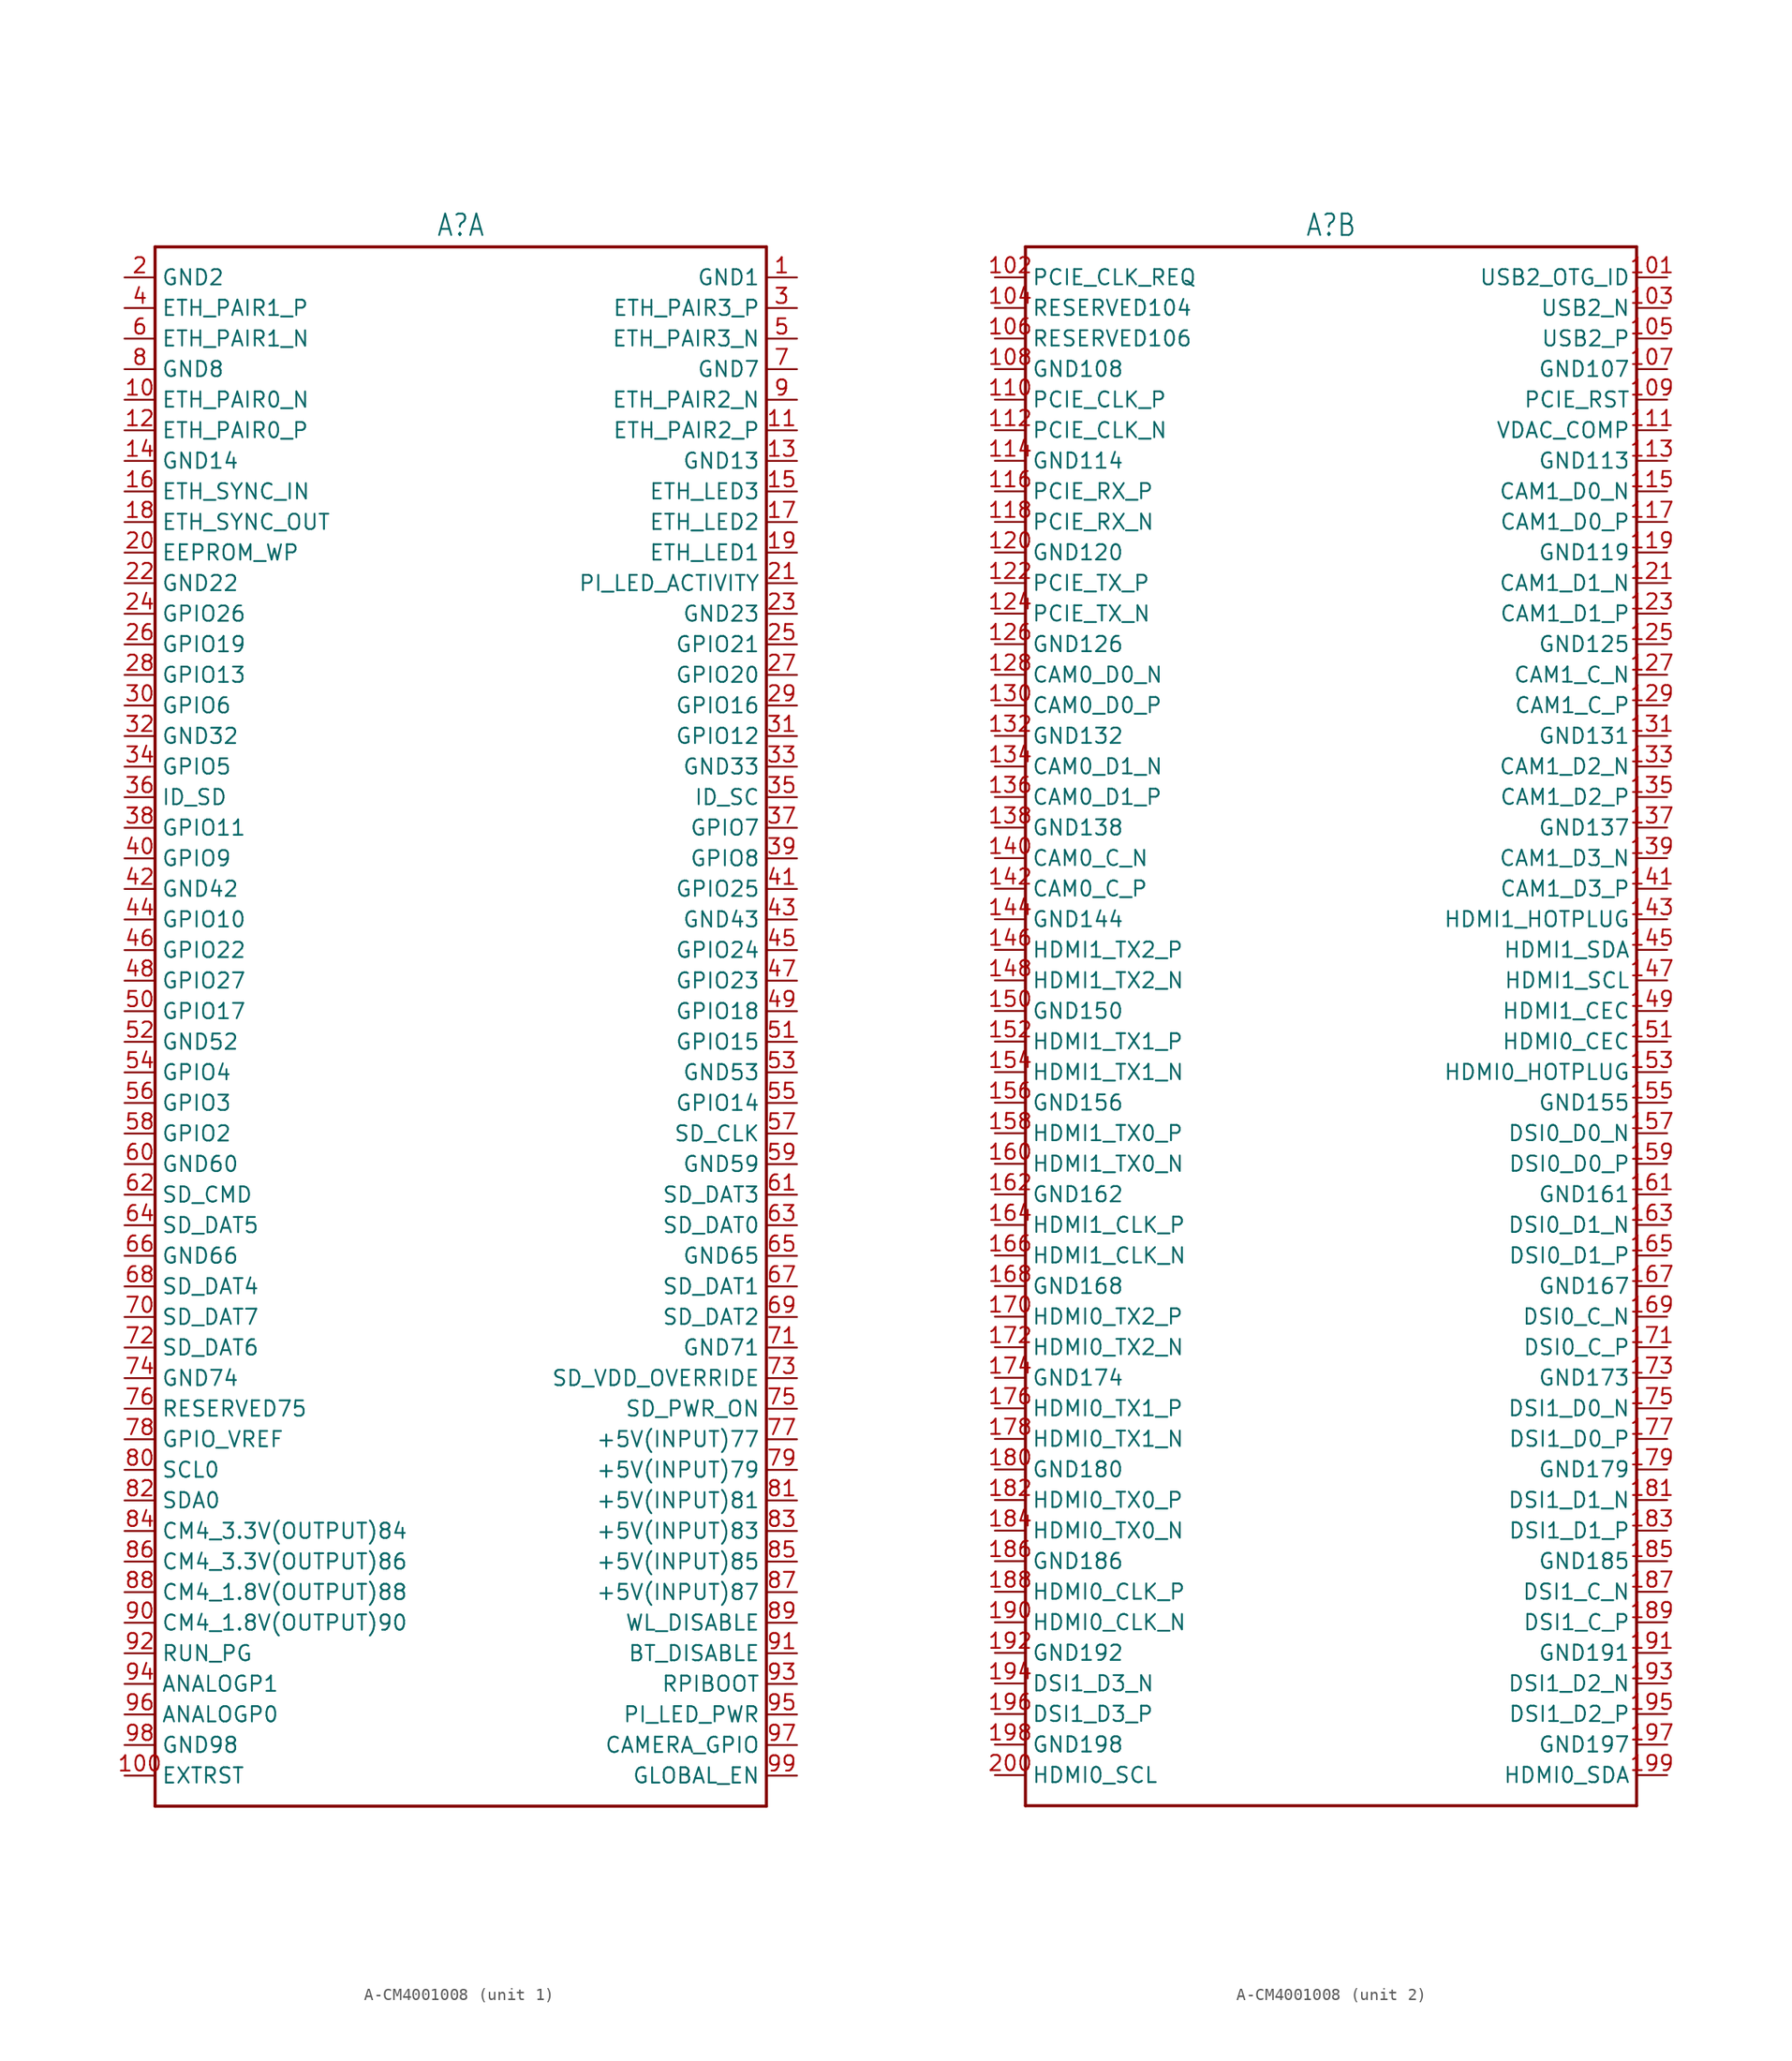
<source format=kicad_sym>
(kicad_symbol_lib
  (version 20231120)
  (generator "kicad_symbol_editor")
  (generator_version "8.0")
  (symbol "A-CM4001008"
    (property "Reference" "A"
      (at 0 66.802 0)
      (effects (font (size 1.778 1.511)) (justify bottom)))
    (property "Value" ""
      (at 0 -64.262 0)
      (effects (font (size 1.778 1.511)) (justify top)))
    (property "ki_locked" ""
      (at 0 0 0)
      (effects (font (size 1.27 1.27))))
    (symbol "A-CM4001008_1_0"
      (polyline (pts (xy -25.4 -63.5) (xy -25.4 66.04)) (stroke (width 0.254) (type solid)) (fill (type none)))
      (polyline (pts (xy -25.4 66.04) (xy 25.4 66.04)) (stroke (width 0.254) (type solid)) (fill (type none)))
      (polyline (pts (xy 25.4 -63.5) (xy -25.4 -63.5)) (stroke (width 0.254) (type solid)) (fill (type none)))
      (polyline (pts (xy 25.4 66.04) (xy 25.4 -63.5)) (stroke (width 0.254) (type solid)) (fill (type none)))
      (pin passive line (at 27.94 63.5 180) (length 2.54) (name "GND1" (effects (font (size 1.27 1.27)))) (number "1" (effects (font (size 1.27 1.27)))))
      (pin passive line (at -27.94 53.34 0) (length 2.54) (name "ETH_PAIR0_N" (effects (font (size 1.27 1.27)))) (number "10" (effects (font (size 1.27 1.27)))))
      (pin passive line (at -27.94 -60.96 0) (length 2.54) (name "EXTRST" (effects (font (size 1.27 1.27)))) (number "100" (effects (font (size 1.27 1.27)))))
      (pin passive line (at 27.94 50.8 180) (length 2.54) (name "ETH_PAIR2_P" (effects (font (size 1.27 1.27)))) (number "11" (effects (font (size 1.27 1.27)))))
      (pin passive line (at -27.94 50.8 0) (length 2.54) (name "ETH_PAIR0_P" (effects (font (size 1.27 1.27)))) (number "12" (effects (font (size 1.27 1.27)))))
      (pin passive line (at 27.94 48.26 180) (length 2.54) (name "GND13" (effects (font (size 1.27 1.27)))) (number "13" (effects (font (size 1.27 1.27)))))
      (pin passive line (at -27.94 48.26 0) (length 2.54) (name "GND14" (effects (font (size 1.27 1.27)))) (number "14" (effects (font (size 1.27 1.27)))))
      (pin passive line (at 27.94 45.72 180) (length 2.54) (name "ETH_LED3" (effects (font (size 1.27 1.27)))) (number "15" (effects (font (size 1.27 1.27)))))
      (pin passive line (at -27.94 45.72 0) (length 2.54) (name "ETH_SYNC_IN" (effects (font (size 1.27 1.27)))) (number "16" (effects (font (size 1.27 1.27)))))
      (pin passive line (at 27.94 43.18 180) (length 2.54) (name "ETH_LED2" (effects (font (size 1.27 1.27)))) (number "17" (effects (font (size 1.27 1.27)))))
      (pin passive line (at -27.94 43.18 0) (length 2.54) (name "ETH_SYNC_OUT" (effects (font (size 1.27 1.27)))) (number "18" (effects (font (size 1.27 1.27)))))
      (pin passive line (at 27.94 40.64 180) (length 2.54) (name "ETH_LED1" (effects (font (size 1.27 1.27)))) (number "19" (effects (font (size 1.27 1.27)))))
      (pin passive line (at -27.94 63.5 0) (length 2.54) (name "GND2" (effects (font (size 1.27 1.27)))) (number "2" (effects (font (size 1.27 1.27)))))
      (pin passive line (at -27.94 40.64 0) (length 2.54) (name "EEPROM_WP" (effects (font (size 1.27 1.27)))) (number "20" (effects (font (size 1.27 1.27)))))
      (pin passive line (at 27.94 38.1 180) (length 2.54) (name "PI_LED_ACTIVITY" (effects (font (size 1.27 1.27)))) (number "21" (effects (font (size 1.27 1.27)))))
      (pin passive line (at -27.94 38.1 0) (length 2.54) (name "GND22" (effects (font (size 1.27 1.27)))) (number "22" (effects (font (size 1.27 1.27)))))
      (pin passive line (at 27.94 35.56 180) (length 2.54) (name "GND23" (effects (font (size 1.27 1.27)))) (number "23" (effects (font (size 1.27 1.27)))))
      (pin passive line (at -27.94 35.56 0) (length 2.54) (name "GPIO26" (effects (font (size 1.27 1.27)))) (number "24" (effects (font (size 1.27 1.27)))))
      (pin passive line (at 27.94 33.02 180) (length 2.54) (name "GPIO21" (effects (font (size 1.27 1.27)))) (number "25" (effects (font (size 1.27 1.27)))))
      (pin passive line (at -27.94 33.02 0) (length 2.54) (name "GPIO19" (effects (font (size 1.27 1.27)))) (number "26" (effects (font (size 1.27 1.27)))))
      (pin passive line (at 27.94 30.48 180) (length 2.54) (name "GPIO20" (effects (font (size 1.27 1.27)))) (number "27" (effects (font (size 1.27 1.27)))))
      (pin passive line (at -27.94 30.48 0) (length 2.54) (name "GPIO13" (effects (font (size 1.27 1.27)))) (number "28" (effects (font (size 1.27 1.27)))))
      (pin passive line (at 27.94 27.94 180) (length 2.54) (name "GPIO16" (effects (font (size 1.27 1.27)))) (number "29" (effects (font (size 1.27 1.27)))))
      (pin passive line (at 27.94 60.96 180) (length 2.54) (name "ETH_PAIR3_P" (effects (font (size 1.27 1.27)))) (number "3" (effects (font (size 1.27 1.27)))))
      (pin passive line (at -27.94 27.94 0) (length 2.54) (name "GPIO6" (effects (font (size 1.27 1.27)))) (number "30" (effects (font (size 1.27 1.27)))))
      (pin passive line (at 27.94 25.4 180) (length 2.54) (name "GPIO12" (effects (font (size 1.27 1.27)))) (number "31" (effects (font (size 1.27 1.27)))))
      (pin passive line (at -27.94 25.4 0) (length 2.54) (name "GND32" (effects (font (size 1.27 1.27)))) (number "32" (effects (font (size 1.27 1.27)))))
      (pin passive line (at 27.94 22.86 180) (length 2.54) (name "GND33" (effects (font (size 1.27 1.27)))) (number "33" (effects (font (size 1.27 1.27)))))
      (pin passive line (at -27.94 22.86 0) (length 2.54) (name "GPIO5" (effects (font (size 1.27 1.27)))) (number "34" (effects (font (size 1.27 1.27)))))
      (pin passive line (at 27.94 20.32 180) (length 2.54) (name "ID_SC" (effects (font (size 1.27 1.27)))) (number "35" (effects (font (size 1.27 1.27)))))
      (pin passive line (at -27.94 20.32 0) (length 2.54) (name "ID_SD" (effects (font (size 1.27 1.27)))) (number "36" (effects (font (size 1.27 1.27)))))
      (pin passive line (at 27.94 17.78 180) (length 2.54) (name "GPIO7" (effects (font (size 1.27 1.27)))) (number "37" (effects (font (size 1.27 1.27)))))
      (pin passive line (at -27.94 17.78 0) (length 2.54) (name "GPIO11" (effects (font (size 1.27 1.27)))) (number "38" (effects (font (size 1.27 1.27)))))
      (pin passive line (at 27.94 15.24 180) (length 2.54) (name "GPIO8" (effects (font (size 1.27 1.27)))) (number "39" (effects (font (size 1.27 1.27)))))
      (pin passive line (at -27.94 60.96 0) (length 2.54) (name "ETH_PAIR1_P" (effects (font (size 1.27 1.27)))) (number "4" (effects (font (size 1.27 1.27)))))
      (pin passive line (at -27.94 15.24 0) (length 2.54) (name "GPIO9" (effects (font (size 1.27 1.27)))) (number "40" (effects (font (size 1.27 1.27)))))
      (pin passive line (at 27.94 12.7 180) (length 2.54) (name "GPIO25" (effects (font (size 1.27 1.27)))) (number "41" (effects (font (size 1.27 1.27)))))
      (pin passive line (at -27.94 12.7 0) (length 2.54) (name "GND42" (effects (font (size 1.27 1.27)))) (number "42" (effects (font (size 1.27 1.27)))))
      (pin passive line (at 27.94 10.16 180) (length 2.54) (name "GND43" (effects (font (size 1.27 1.27)))) (number "43" (effects (font (size 1.27 1.27)))))
      (pin passive line (at -27.94 10.16 0) (length 2.54) (name "GPIO10" (effects (font (size 1.27 1.27)))) (number "44" (effects (font (size 1.27 1.27)))))
      (pin passive line (at 27.94 7.62 180) (length 2.54) (name "GPIO24" (effects (font (size 1.27 1.27)))) (number "45" (effects (font (size 1.27 1.27)))))
      (pin passive line (at -27.94 7.62 0) (length 2.54) (name "GPIO22" (effects (font (size 1.27 1.27)))) (number "46" (effects (font (size 1.27 1.27)))))
      (pin passive line (at 27.94 5.08 180) (length 2.54) (name "GPIO23" (effects (font (size 1.27 1.27)))) (number "47" (effects (font (size 1.27 1.27)))))
      (pin passive line (at -27.94 5.08 0) (length 2.54) (name "GPIO27" (effects (font (size 1.27 1.27)))) (number "48" (effects (font (size 1.27 1.27)))))
      (pin passive line (at 27.94 2.54 180) (length 2.54) (name "GPIO18" (effects (font (size 1.27 1.27)))) (number "49" (effects (font (size 1.27 1.27)))))
      (pin passive line (at 27.94 58.42 180) (length 2.54) (name "ETH_PAIR3_N" (effects (font (size 1.27 1.27)))) (number "5" (effects (font (size 1.27 1.27)))))
      (pin passive line (at -27.94 2.54 0) (length 2.54) (name "GPIO17" (effects (font (size 1.27 1.27)))) (number "50" (effects (font (size 1.27 1.27)))))
      (pin passive line (at 27.94 0 180) (length 2.54) (name "GPIO15" (effects (font (size 1.27 1.27)))) (number "51" (effects (font (size 1.27 1.27)))))
      (pin passive line (at -27.94 0 0) (length 2.54) (name "GND52" (effects (font (size 1.27 1.27)))) (number "52" (effects (font (size 1.27 1.27)))))
      (pin passive line (at 27.94 -2.54 180) (length 2.54) (name "GND53" (effects (font (size 1.27 1.27)))) (number "53" (effects (font (size 1.27 1.27)))))
      (pin passive line (at -27.94 -2.54 0) (length 2.54) (name "GPIO4" (effects (font (size 1.27 1.27)))) (number "54" (effects (font (size 1.27 1.27)))))
      (pin passive line (at 27.94 -5.08 180) (length 2.54) (name "GPIO14" (effects (font (size 1.27 1.27)))) (number "55" (effects (font (size 1.27 1.27)))))
      (pin passive line (at -27.94 -5.08 0) (length 2.54) (name "GPIO3" (effects (font (size 1.27 1.27)))) (number "56" (effects (font (size 1.27 1.27)))))
      (pin passive line (at 27.94 -7.62 180) (length 2.54) (name "SD_CLK" (effects (font (size 1.27 1.27)))) (number "57" (effects (font (size 1.27 1.27)))))
      (pin passive line (at -27.94 -7.62 0) (length 2.54) (name "GPIO2" (effects (font (size 1.27 1.27)))) (number "58" (effects (font (size 1.27 1.27)))))
      (pin passive line (at 27.94 -10.16 180) (length 2.54) (name "GND59" (effects (font (size 1.27 1.27)))) (number "59" (effects (font (size 1.27 1.27)))))
      (pin passive line (at -27.94 58.42 0) (length 2.54) (name "ETH_PAIR1_N" (effects (font (size 1.27 1.27)))) (number "6" (effects (font (size 1.27 1.27)))))
      (pin passive line (at -27.94 -10.16 0) (length 2.54) (name "GND60" (effects (font (size 1.27 1.27)))) (number "60" (effects (font (size 1.27 1.27)))))
      (pin passive line (at 27.94 -12.7 180) (length 2.54) (name "SD_DAT3" (effects (font (size 1.27 1.27)))) (number "61" (effects (font (size 1.27 1.27)))))
      (pin passive line (at -27.94 -12.7 0) (length 2.54) (name "SD_CMD" (effects (font (size 1.27 1.27)))) (number "62" (effects (font (size 1.27 1.27)))))
      (pin passive line (at 27.94 -15.24 180) (length 2.54) (name "SD_DAT0" (effects (font (size 1.27 1.27)))) (number "63" (effects (font (size 1.27 1.27)))))
      (pin passive line (at -27.94 -15.24 0) (length 2.54) (name "SD_DAT5" (effects (font (size 1.27 1.27)))) (number "64" (effects (font (size 1.27 1.27)))))
      (pin passive line (at 27.94 -17.78 180) (length 2.54) (name "GND65" (effects (font (size 1.27 1.27)))) (number "65" (effects (font (size 1.27 1.27)))))
      (pin passive line (at -27.94 -17.78 0) (length 2.54) (name "GND66" (effects (font (size 1.27 1.27)))) (number "66" (effects (font (size 1.27 1.27)))))
      (pin passive line (at 27.94 -20.32 180) (length 2.54) (name "SD_DAT1" (effects (font (size 1.27 1.27)))) (number "67" (effects (font (size 1.27 1.27)))))
      (pin passive line (at -27.94 -20.32 0) (length 2.54) (name "SD_DAT4" (effects (font (size 1.27 1.27)))) (number "68" (effects (font (size 1.27 1.27)))))
      (pin passive line (at 27.94 -22.86 180) (length 2.54) (name "SD_DAT2" (effects (font (size 1.27 1.27)))) (number "69" (effects (font (size 1.27 1.27)))))
      (pin passive line (at 27.94 55.88 180) (length 2.54) (name "GND7" (effects (font (size 1.27 1.27)))) (number "7" (effects (font (size 1.27 1.27)))))
      (pin passive line (at -27.94 -22.86 0) (length 2.54) (name "SD_DAT7" (effects (font (size 1.27 1.27)))) (number "70" (effects (font (size 1.27 1.27)))))
      (pin passive line (at 27.94 -25.4 180) (length 2.54) (name "GND71" (effects (font (size 1.27 1.27)))) (number "71" (effects (font (size 1.27 1.27)))))
      (pin passive line (at -27.94 -25.4 0) (length 2.54) (name "SD_DAT6" (effects (font (size 1.27 1.27)))) (number "72" (effects (font (size 1.27 1.27)))))
      (pin passive line (at 27.94 -27.94 180) (length 2.54) (name "SD_VDD_OVERRIDE" (effects (font (size 1.27 1.27)))) (number "73" (effects (font (size 1.27 1.27)))))
      (pin passive line (at -27.94 -27.94 0) (length 2.54) (name "GND74" (effects (font (size 1.27 1.27)))) (number "74" (effects (font (size 1.27 1.27)))))
      (pin passive line (at 27.94 -30.48 180) (length 2.54) (name "SD_PWR_ON" (effects (font (size 1.27 1.27)))) (number "75" (effects (font (size 1.27 1.27)))))
      (pin passive line (at -27.94 -30.48 0) (length 2.54) (name "RESERVED75" (effects (font (size 1.27 1.27)))) (number "76" (effects (font (size 1.27 1.27)))))
      (pin passive line (at 27.94 -33.02 180) (length 2.54) (name "+5V(INPUT)77" (effects (font (size 1.27 1.27)))) (number "77" (effects (font (size 1.27 1.27)))))
      (pin passive line (at -27.94 -33.02 0) (length 2.54) (name "GPIO_VREF" (effects (font (size 1.27 1.27)))) (number "78" (effects (font (size 1.27 1.27)))))
      (pin passive line (at 27.94 -35.56 180) (length 2.54) (name "+5V(INPUT)79" (effects (font (size 1.27 1.27)))) (number "79" (effects (font (size 1.27 1.27)))))
      (pin passive line (at -27.94 55.88 0) (length 2.54) (name "GND8" (effects (font (size 1.27 1.27)))) (number "8" (effects (font (size 1.27 1.27)))))
      (pin passive line (at -27.94 -35.56 0) (length 2.54) (name "SCL0" (effects (font (size 1.27 1.27)))) (number "80" (effects (font (size 1.27 1.27)))))
      (pin passive line (at 27.94 -38.1 180) (length 2.54) (name "+5V(INPUT)81" (effects (font (size 1.27 1.27)))) (number "81" (effects (font (size 1.27 1.27)))))
      (pin passive line (at -27.94 -38.1 0) (length 2.54) (name "SDA0" (effects (font (size 1.27 1.27)))) (number "82" (effects (font (size 1.27 1.27)))))
      (pin passive line (at 27.94 -40.64 180) (length 2.54) (name "+5V(INPUT)83" (effects (font (size 1.27 1.27)))) (number "83" (effects (font (size 1.27 1.27)))))
      (pin passive line (at -27.94 -40.64 0) (length 2.54) (name "CM4_3.3V(OUTPUT)84" (effects (font (size 1.27 1.27)))) (number "84" (effects (font (size 1.27 1.27)))))
      (pin passive line (at 27.94 -43.18 180) (length 2.54) (name "+5V(INPUT)85" (effects (font (size 1.27 1.27)))) (number "85" (effects (font (size 1.27 1.27)))))
      (pin passive line (at -27.94 -43.18 0) (length 2.54) (name "CM4_3.3V(OUTPUT)86" (effects (font (size 1.27 1.27)))) (number "86" (effects (font (size 1.27 1.27)))))
      (pin passive line (at 27.94 -45.72 180) (length 2.54) (name "+5V(INPUT)87" (effects (font (size 1.27 1.27)))) (number "87" (effects (font (size 1.27 1.27)))))
      (pin passive line (at -27.94 -45.72 0) (length 2.54) (name "CM4_1.8V(OUTPUT)88" (effects (font (size 1.27 1.27)))) (number "88" (effects (font (size 1.27 1.27)))))
      (pin passive line (at 27.94 -48.26 180) (length 2.54) (name "WL_DISABLE" (effects (font (size 1.27 1.27)))) (number "89" (effects (font (size 1.27 1.27)))))
      (pin passive line (at 27.94 53.34 180) (length 2.54) (name "ETH_PAIR2_N" (effects (font (size 1.27 1.27)))) (number "9" (effects (font (size 1.27 1.27)))))
      (pin passive line (at -27.94 -48.26 0) (length 2.54) (name "CM4_1.8V(OUTPUT)90" (effects (font (size 1.27 1.27)))) (number "90" (effects (font (size 1.27 1.27)))))
      (pin passive line (at 27.94 -50.8 180) (length 2.54) (name "BT_DISABLE" (effects (font (size 1.27 1.27)))) (number "91" (effects (font (size 1.27 1.27)))))
      (pin passive line (at -27.94 -50.8 0) (length 2.54) (name "RUN_PG" (effects (font (size 1.27 1.27)))) (number "92" (effects (font (size 1.27 1.27)))))
      (pin passive line (at 27.94 -53.34 180) (length 2.54) (name "RPIBOOT" (effects (font (size 1.27 1.27)))) (number "93" (effects (font (size 1.27 1.27)))))
      (pin passive line (at -27.94 -53.34 0) (length 2.54) (name "ANALOGP1" (effects (font (size 1.27 1.27)))) (number "94" (effects (font (size 1.27 1.27)))))
      (pin passive line (at 27.94 -55.88 180) (length 2.54) (name "PI_LED_PWR" (effects (font (size 1.27 1.27)))) (number "95" (effects (font (size 1.27 1.27)))))
      (pin passive line (at -27.94 -55.88 0) (length 2.54) (name "ANALOGP0" (effects (font (size 1.27 1.27)))) (number "96" (effects (font (size 1.27 1.27)))))
      (pin passive line (at 27.94 -58.42 180) (length 2.54) (name "CAMERA_GPIO" (effects (font (size 1.27 1.27)))) (number "97" (effects (font (size 1.27 1.27)))))
      (pin passive line (at -27.94 -58.42 0) (length 2.54) (name "GND98" (effects (font (size 1.27 1.27)))) (number "98" (effects (font (size 1.27 1.27)))))
      (pin passive line (at 27.94 -60.96 180) (length 2.54) (name "GLOBAL_EN" (effects (font (size 1.27 1.27)))) (number "99" (effects (font (size 1.27 1.27))))))
    (symbol "A-CM4001008_2_0"
      (polyline (pts (xy -25.4 -63.5) (xy -25.4 66.04)) (stroke (width 0.254) (type solid)) (fill (type none)))
      (polyline (pts (xy -25.4 66.04) (xy 25.4 66.04)) (stroke (width 0.254) (type solid)) (fill (type none)))
      (polyline (pts (xy 25.4 -63.5) (xy -25.4 -63.5)) (stroke (width 0.254) (type solid)) (fill (type none)))
      (polyline (pts (xy 25.4 66.04) (xy 25.4 -63.5)) (stroke (width 0.254) (type solid)) (fill (type none)))
      (pin passive line (at 27.94 63.5 180) (length 2.54) (name "USB2_OTG_ID" (effects (font (size 1.27 1.27)))) (number "101" (effects (font (size 1.27 1.27)))))
      (pin passive line (at -27.94 63.5 0) (length 2.54) (name "PCIE_CLK_REQ" (effects (font (size 1.27 1.27)))) (number "102" (effects (font (size 1.27 1.27)))))
      (pin passive line (at 27.94 60.96 180) (length 2.54) (name "USB2_N" (effects (font (size 1.27 1.27)))) (number "103" (effects (font (size 1.27 1.27)))))
      (pin passive line (at -27.94 60.96 0) (length 2.54) (name "RESERVED104" (effects (font (size 1.27 1.27)))) (number "104" (effects (font (size 1.27 1.27)))))
      (pin passive line (at 27.94 58.42 180) (length 2.54) (name "USB2_P" (effects (font (size 1.27 1.27)))) (number "105" (effects (font (size 1.27 1.27)))))
      (pin passive line (at -27.94 58.42 0) (length 2.54) (name "RESERVED106" (effects (font (size 1.27 1.27)))) (number "106" (effects (font (size 1.27 1.27)))))
      (pin passive line (at 27.94 55.88 180) (length 2.54) (name "GND107" (effects (font (size 1.27 1.27)))) (number "107" (effects (font (size 1.27 1.27)))))
      (pin passive line (at -27.94 55.88 0) (length 2.54) (name "GND108" (effects (font (size 1.27 1.27)))) (number "108" (effects (font (size 1.27 1.27)))))
      (pin passive line (at 27.94 53.34 180) (length 2.54) (name "PCIE_RST" (effects (font (size 1.27 1.27)))) (number "109" (effects (font (size 1.27 1.27)))))
      (pin passive line (at -27.94 53.34 0) (length 2.54) (name "PCIE_CLK_P" (effects (font (size 1.27 1.27)))) (number "110" (effects (font (size 1.27 1.27)))))
      (pin passive line (at 27.94 50.8 180) (length 2.54) (name "VDAC_COMP" (effects (font (size 1.27 1.27)))) (number "111" (effects (font (size 1.27 1.27)))))
      (pin passive line (at -27.94 50.8 0) (length 2.54) (name "PCIE_CLK_N" (effects (font (size 1.27 1.27)))) (number "112" (effects (font (size 1.27 1.27)))))
      (pin passive line (at 27.94 48.26 180) (length 2.54) (name "GND113" (effects (font (size 1.27 1.27)))) (number "113" (effects (font (size 1.27 1.27)))))
      (pin passive line (at -27.94 48.26 0) (length 2.54) (name "GND114" (effects (font (size 1.27 1.27)))) (number "114" (effects (font (size 1.27 1.27)))))
      (pin passive line (at 27.94 45.72 180) (length 2.54) (name "CAM1_D0_N" (effects (font (size 1.27 1.27)))) (number "115" (effects (font (size 1.27 1.27)))))
      (pin passive line (at -27.94 45.72 0) (length 2.54) (name "PCIE_RX_P" (effects (font (size 1.27 1.27)))) (number "116" (effects (font (size 1.27 1.27)))))
      (pin passive line (at 27.94 43.18 180) (length 2.54) (name "CAM1_D0_P" (effects (font (size 1.27 1.27)))) (number "117" (effects (font (size 1.27 1.27)))))
      (pin passive line (at -27.94 43.18 0) (length 2.54) (name "PCIE_RX_N" (effects (font (size 1.27 1.27)))) (number "118" (effects (font (size 1.27 1.27)))))
      (pin passive line (at 27.94 40.64 180) (length 2.54) (name "GND119" (effects (font (size 1.27 1.27)))) (number "119" (effects (font (size 1.27 1.27)))))
      (pin passive line (at -27.94 40.64 0) (length 2.54) (name "GND120" (effects (font (size 1.27 1.27)))) (number "120" (effects (font (size 1.27 1.27)))))
      (pin passive line (at 27.94 38.1 180) (length 2.54) (name "CAM1_D1_N" (effects (font (size 1.27 1.27)))) (number "121" (effects (font (size 1.27 1.27)))))
      (pin passive line (at -27.94 38.1 0) (length 2.54) (name "PCIE_TX_P" (effects (font (size 1.27 1.27)))) (number "122" (effects (font (size 1.27 1.27)))))
      (pin passive line (at 27.94 35.56 180) (length 2.54) (name "CAM1_D1_P" (effects (font (size 1.27 1.27)))) (number "123" (effects (font (size 1.27 1.27)))))
      (pin passive line (at -27.94 35.56 0) (length 2.54) (name "PCIE_TX_N" (effects (font (size 1.27 1.27)))) (number "124" (effects (font (size 1.27 1.27)))))
      (pin passive line (at 27.94 33.02 180) (length 2.54) (name "GND125" (effects (font (size 1.27 1.27)))) (number "125" (effects (font (size 1.27 1.27)))))
      (pin passive line (at -27.94 33.02 0) (length 2.54) (name "GND126" (effects (font (size 1.27 1.27)))) (number "126" (effects (font (size 1.27 1.27)))))
      (pin passive line (at 27.94 30.48 180) (length 2.54) (name "CAM1_C_N" (effects (font (size 1.27 1.27)))) (number "127" (effects (font (size 1.27 1.27)))))
      (pin passive line (at -27.94 30.48 0) (length 2.54) (name "CAM0_D0_N" (effects (font (size 1.27 1.27)))) (number "128" (effects (font (size 1.27 1.27)))))
      (pin passive line (at 27.94 27.94 180) (length 2.54) (name "CAM1_C_P" (effects (font (size 1.27 1.27)))) (number "129" (effects (font (size 1.27 1.27)))))
      (pin passive line (at -27.94 27.94 0) (length 2.54) (name "CAM0_D0_P" (effects (font (size 1.27 1.27)))) (number "130" (effects (font (size 1.27 1.27)))))
      (pin passive line (at 27.94 25.4 180) (length 2.54) (name "GND131" (effects (font (size 1.27 1.27)))) (number "131" (effects (font (size 1.27 1.27)))))
      (pin passive line (at -27.94 25.4 0) (length 2.54) (name "GND132" (effects (font (size 1.27 1.27)))) (number "132" (effects (font (size 1.27 1.27)))))
      (pin passive line (at 27.94 22.86 180) (length 2.54) (name "CAM1_D2_N" (effects (font (size 1.27 1.27)))) (number "133" (effects (font (size 1.27 1.27)))))
      (pin passive line (at -27.94 22.86 0) (length 2.54) (name "CAM0_D1_N" (effects (font (size 1.27 1.27)))) (number "134" (effects (font (size 1.27 1.27)))))
      (pin passive line (at 27.94 20.32 180) (length 2.54) (name "CAM1_D2_P" (effects (font (size 1.27 1.27)))) (number "135" (effects (font (size 1.27 1.27)))))
      (pin passive line (at -27.94 20.32 0) (length 2.54) (name "CAM0_D1_P" (effects (font (size 1.27 1.27)))) (number "136" (effects (font (size 1.27 1.27)))))
      (pin passive line (at 27.94 17.78 180) (length 2.54) (name "GND137" (effects (font (size 1.27 1.27)))) (number "137" (effects (font (size 1.27 1.27)))))
      (pin passive line (at -27.94 17.78 0) (length 2.54) (name "GND138" (effects (font (size 1.27 1.27)))) (number "138" (effects (font (size 1.27 1.27)))))
      (pin passive line (at 27.94 15.24 180) (length 2.54) (name "CAM1_D3_N" (effects (font (size 1.27 1.27)))) (number "139" (effects (font (size 1.27 1.27)))))
      (pin passive line (at -27.94 15.24 0) (length 2.54) (name "CAM0_C_N" (effects (font (size 1.27 1.27)))) (number "140" (effects (font (size 1.27 1.27)))))
      (pin passive line (at 27.94 12.7 180) (length 2.54) (name "CAM1_D3_P" (effects (font (size 1.27 1.27)))) (number "141" (effects (font (size 1.27 1.27)))))
      (pin passive line (at -27.94 12.7 0) (length 2.54) (name "CAM0_C_P" (effects (font (size 1.27 1.27)))) (number "142" (effects (font (size 1.27 1.27)))))
      (pin passive line (at 27.94 10.16 180) (length 2.54) (name "HDMI1_HOTPLUG" (effects (font (size 1.27 1.27)))) (number "143" (effects (font (size 1.27 1.27)))))
      (pin passive line (at -27.94 10.16 0) (length 2.54) (name "GND144" (effects (font (size 1.27 1.27)))) (number "144" (effects (font (size 1.27 1.27)))))
      (pin passive line (at 27.94 7.62 180) (length 2.54) (name "HDMI1_SDA" (effects (font (size 1.27 1.27)))) (number "145" (effects (font (size 1.27 1.27)))))
      (pin passive line (at -27.94 7.62 0) (length 2.54) (name "HDMI1_TX2_P" (effects (font (size 1.27 1.27)))) (number "146" (effects (font (size 1.27 1.27)))))
      (pin passive line (at 27.94 5.08 180) (length 2.54) (name "HDMI1_SCL" (effects (font (size 1.27 1.27)))) (number "147" (effects (font (size 1.27 1.27)))))
      (pin passive line (at -27.94 5.08 0) (length 2.54) (name "HDMI1_TX2_N" (effects (font (size 1.27 1.27)))) (number "148" (effects (font (size 1.27 1.27)))))
      (pin passive line (at 27.94 2.54 180) (length 2.54) (name "HDMI1_CEC" (effects (font (size 1.27 1.27)))) (number "149" (effects (font (size 1.27 1.27)))))
      (pin passive line (at -27.94 2.54 0) (length 2.54) (name "GND150" (effects (font (size 1.27 1.27)))) (number "150" (effects (font (size 1.27 1.27)))))
      (pin passive line (at 27.94 0 180) (length 2.54) (name "HDMI0_CEC" (effects (font (size 1.27 1.27)))) (number "151" (effects (font (size 1.27 1.27)))))
      (pin passive line (at -27.94 0 0) (length 2.54) (name "HDMI1_TX1_P" (effects (font (size 1.27 1.27)))) (number "152" (effects (font (size 1.27 1.27)))))
      (pin passive line (at 27.94 -2.54 180) (length 2.54) (name "HDMI0_HOTPLUG" (effects (font (size 1.27 1.27)))) (number "153" (effects (font (size 1.27 1.27)))))
      (pin passive line (at -27.94 -2.54 0) (length 2.54) (name "HDMI1_TX1_N" (effects (font (size 1.27 1.27)))) (number "154" (effects (font (size 1.27 1.27)))))
      (pin passive line (at 27.94 -5.08 180) (length 2.54) (name "GND155" (effects (font (size 1.27 1.27)))) (number "155" (effects (font (size 1.27 1.27)))))
      (pin passive line (at -27.94 -5.08 0) (length 2.54) (name "GND156" (effects (font (size 1.27 1.27)))) (number "156" (effects (font (size 1.27 1.27)))))
      (pin passive line (at 27.94 -7.62 180) (length 2.54) (name "DSI0_D0_N" (effects (font (size 1.27 1.27)))) (number "157" (effects (font (size 1.27 1.27)))))
      (pin passive line (at -27.94 -7.62 0) (length 2.54) (name "HDMI1_TX0_P" (effects (font (size 1.27 1.27)))) (number "158" (effects (font (size 1.27 1.27)))))
      (pin passive line (at 27.94 -10.16 180) (length 2.54) (name "DSI0_D0_P" (effects (font (size 1.27 1.27)))) (number "159" (effects (font (size 1.27 1.27)))))
      (pin passive line (at -27.94 -10.16 0) (length 2.54) (name "HDMI1_TX0_N" (effects (font (size 1.27 1.27)))) (number "160" (effects (font (size 1.27 1.27)))))
      (pin passive line (at 27.94 -12.7 180) (length 2.54) (name "GND161" (effects (font (size 1.27 1.27)))) (number "161" (effects (font (size 1.27 1.27)))))
      (pin passive line (at -27.94 -12.7 0) (length 2.54) (name "GND162" (effects (font (size 1.27 1.27)))) (number "162" (effects (font (size 1.27 1.27)))))
      (pin passive line (at 27.94 -15.24 180) (length 2.54) (name "DSI0_D1_N" (effects (font (size 1.27 1.27)))) (number "163" (effects (font (size 1.27 1.27)))))
      (pin passive line (at -27.94 -15.24 0) (length 2.54) (name "HDMI1_CLK_P" (effects (font (size 1.27 1.27)))) (number "164" (effects (font (size 1.27 1.27)))))
      (pin passive line (at 27.94 -17.78 180) (length 2.54) (name "DSI0_D1_P" (effects (font (size 1.27 1.27)))) (number "165" (effects (font (size 1.27 1.27)))))
      (pin passive line (at -27.94 -17.78 0) (length 2.54) (name "HDMI1_CLK_N" (effects (font (size 1.27 1.27)))) (number "166" (effects (font (size 1.27 1.27)))))
      (pin passive line (at 27.94 -20.32 180) (length 2.54) (name "GND167" (effects (font (size 1.27 1.27)))) (number "167" (effects (font (size 1.27 1.27)))))
      (pin passive line (at -27.94 -20.32 0) (length 2.54) (name "GND168" (effects (font (size 1.27 1.27)))) (number "168" (effects (font (size 1.27 1.27)))))
      (pin passive line (at 27.94 -22.86 180) (length 2.54) (name "DSI0_C_N" (effects (font (size 1.27 1.27)))) (number "169" (effects (font (size 1.27 1.27)))))
      (pin passive line (at -27.94 -22.86 0) (length 2.54) (name "HDMI0_TX2_P" (effects (font (size 1.27 1.27)))) (number "170" (effects (font (size 1.27 1.27)))))
      (pin passive line (at 27.94 -25.4 180) (length 2.54) (name "DSI0_C_P" (effects (font (size 1.27 1.27)))) (number "171" (effects (font (size 1.27 1.27)))))
      (pin passive line (at -27.94 -25.4 0) (length 2.54) (name "HDMI0_TX2_N" (effects (font (size 1.27 1.27)))) (number "172" (effects (font (size 1.27 1.27)))))
      (pin passive line (at 27.94 -27.94 180) (length 2.54) (name "GND173" (effects (font (size 1.27 1.27)))) (number "173" (effects (font (size 1.27 1.27)))))
      (pin passive line (at -27.94 -27.94 0) (length 2.54) (name "GND174" (effects (font (size 1.27 1.27)))) (number "174" (effects (font (size 1.27 1.27)))))
      (pin passive line (at 27.94 -30.48 180) (length 2.54) (name "DSI1_D0_N" (effects (font (size 1.27 1.27)))) (number "175" (effects (font (size 1.27 1.27)))))
      (pin passive line (at -27.94 -30.48 0) (length 2.54) (name "HDMI0_TX1_P" (effects (font (size 1.27 1.27)))) (number "176" (effects (font (size 1.27 1.27)))))
      (pin passive line (at 27.94 -33.02 180) (length 2.54) (name "DSI1_D0_P" (effects (font (size 1.27 1.27)))) (number "177" (effects (font (size 1.27 1.27)))))
      (pin passive line (at -27.94 -33.02 0) (length 2.54) (name "HDMI0_TX1_N" (effects (font (size 1.27 1.27)))) (number "178" (effects (font (size 1.27 1.27)))))
      (pin passive line (at 27.94 -35.56 180) (length 2.54) (name "GND179" (effects (font (size 1.27 1.27)))) (number "179" (effects (font (size 1.27 1.27)))))
      (pin passive line (at -27.94 -35.56 0) (length 2.54) (name "GND180" (effects (font (size 1.27 1.27)))) (number "180" (effects (font (size 1.27 1.27)))))
      (pin passive line (at 27.94 -38.1 180) (length 2.54) (name "DSI1_D1_N" (effects (font (size 1.27 1.27)))) (number "181" (effects (font (size 1.27 1.27)))))
      (pin passive line (at -27.94 -38.1 0) (length 2.54) (name "HDMI0_TX0_P" (effects (font (size 1.27 1.27)))) (number "182" (effects (font (size 1.27 1.27)))))
      (pin passive line (at 27.94 -40.64 180) (length 2.54) (name "DSI1_D1_P" (effects (font (size 1.27 1.27)))) (number "183" (effects (font (size 1.27 1.27)))))
      (pin passive line (at -27.94 -40.64 0) (length 2.54) (name "HDMI0_TX0_N" (effects (font (size 1.27 1.27)))) (number "184" (effects (font (size 1.27 1.27)))))
      (pin passive line (at 27.94 -43.18 180) (length 2.54) (name "GND185" (effects (font (size 1.27 1.27)))) (number "185" (effects (font (size 1.27 1.27)))))
      (pin passive line (at -27.94 -43.18 0) (length 2.54) (name "GND186" (effects (font (size 1.27 1.27)))) (number "186" (effects (font (size 1.27 1.27)))))
      (pin passive line (at 27.94 -45.72 180) (length 2.54) (name "DSI1_C_N" (effects (font (size 1.27 1.27)))) (number "187" (effects (font (size 1.27 1.27)))))
      (pin passive line (at -27.94 -45.72 0) (length 2.54) (name "HDMI0_CLK_P" (effects (font (size 1.27 1.27)))) (number "188" (effects (font (size 1.27 1.27)))))
      (pin passive line (at 27.94 -48.26 180) (length 2.54) (name "DSI1_C_P" (effects (font (size 1.27 1.27)))) (number "189" (effects (font (size 1.27 1.27)))))
      (pin passive line (at -27.94 -48.26 0) (length 2.54) (name "HDMI0_CLK_N" (effects (font (size 1.27 1.27)))) (number "190" (effects (font (size 1.27 1.27)))))
      (pin passive line (at 27.94 -50.8 180) (length 2.54) (name "GND191" (effects (font (size 1.27 1.27)))) (number "191" (effects (font (size 1.27 1.27)))))
      (pin passive line (at -27.94 -50.8 0) (length 2.54) (name "GND192" (effects (font (size 1.27 1.27)))) (number "192" (effects (font (size 1.27 1.27)))))
      (pin passive line (at 27.94 -53.34 180) (length 2.54) (name "DSI1_D2_N" (effects (font (size 1.27 1.27)))) (number "193" (effects (font (size 1.27 1.27)))))
      (pin passive line (at -27.94 -53.34 0) (length 2.54) (name "DSI1_D3_N" (effects (font (size 1.27 1.27)))) (number "194" (effects (font (size 1.27 1.27)))))
      (pin passive line (at 27.94 -55.88 180) (length 2.54) (name "DSI1_D2_P" (effects (font (size 1.27 1.27)))) (number "195" (effects (font (size 1.27 1.27)))))
      (pin passive line (at -27.94 -55.88 0) (length 2.54) (name "DSI1_D3_P" (effects (font (size 1.27 1.27)))) (number "196" (effects (font (size 1.27 1.27)))))
      (pin passive line (at 27.94 -58.42 180) (length 2.54) (name "GND197" (effects (font (size 1.27 1.27)))) (number "197" (effects (font (size 1.27 1.27)))))
      (pin passive line (at -27.94 -58.42 0) (length 2.54) (name "GND198" (effects (font (size 1.27 1.27)))) (number "198" (effects (font (size 1.27 1.27)))))
      (pin passive line (at 27.94 -60.96 180) (length 2.54) (name "HDMI0_SDA" (effects (font (size 1.27 1.27)))) (number "199" (effects (font (size 1.27 1.27)))))
      (pin passive line (at -27.94 -60.96 0) (length 2.54) (name "HDMI0_SCL" (effects (font (size 1.27 1.27)))) (number "200" (effects (font (size 1.27 1.27))))))))
</source>
